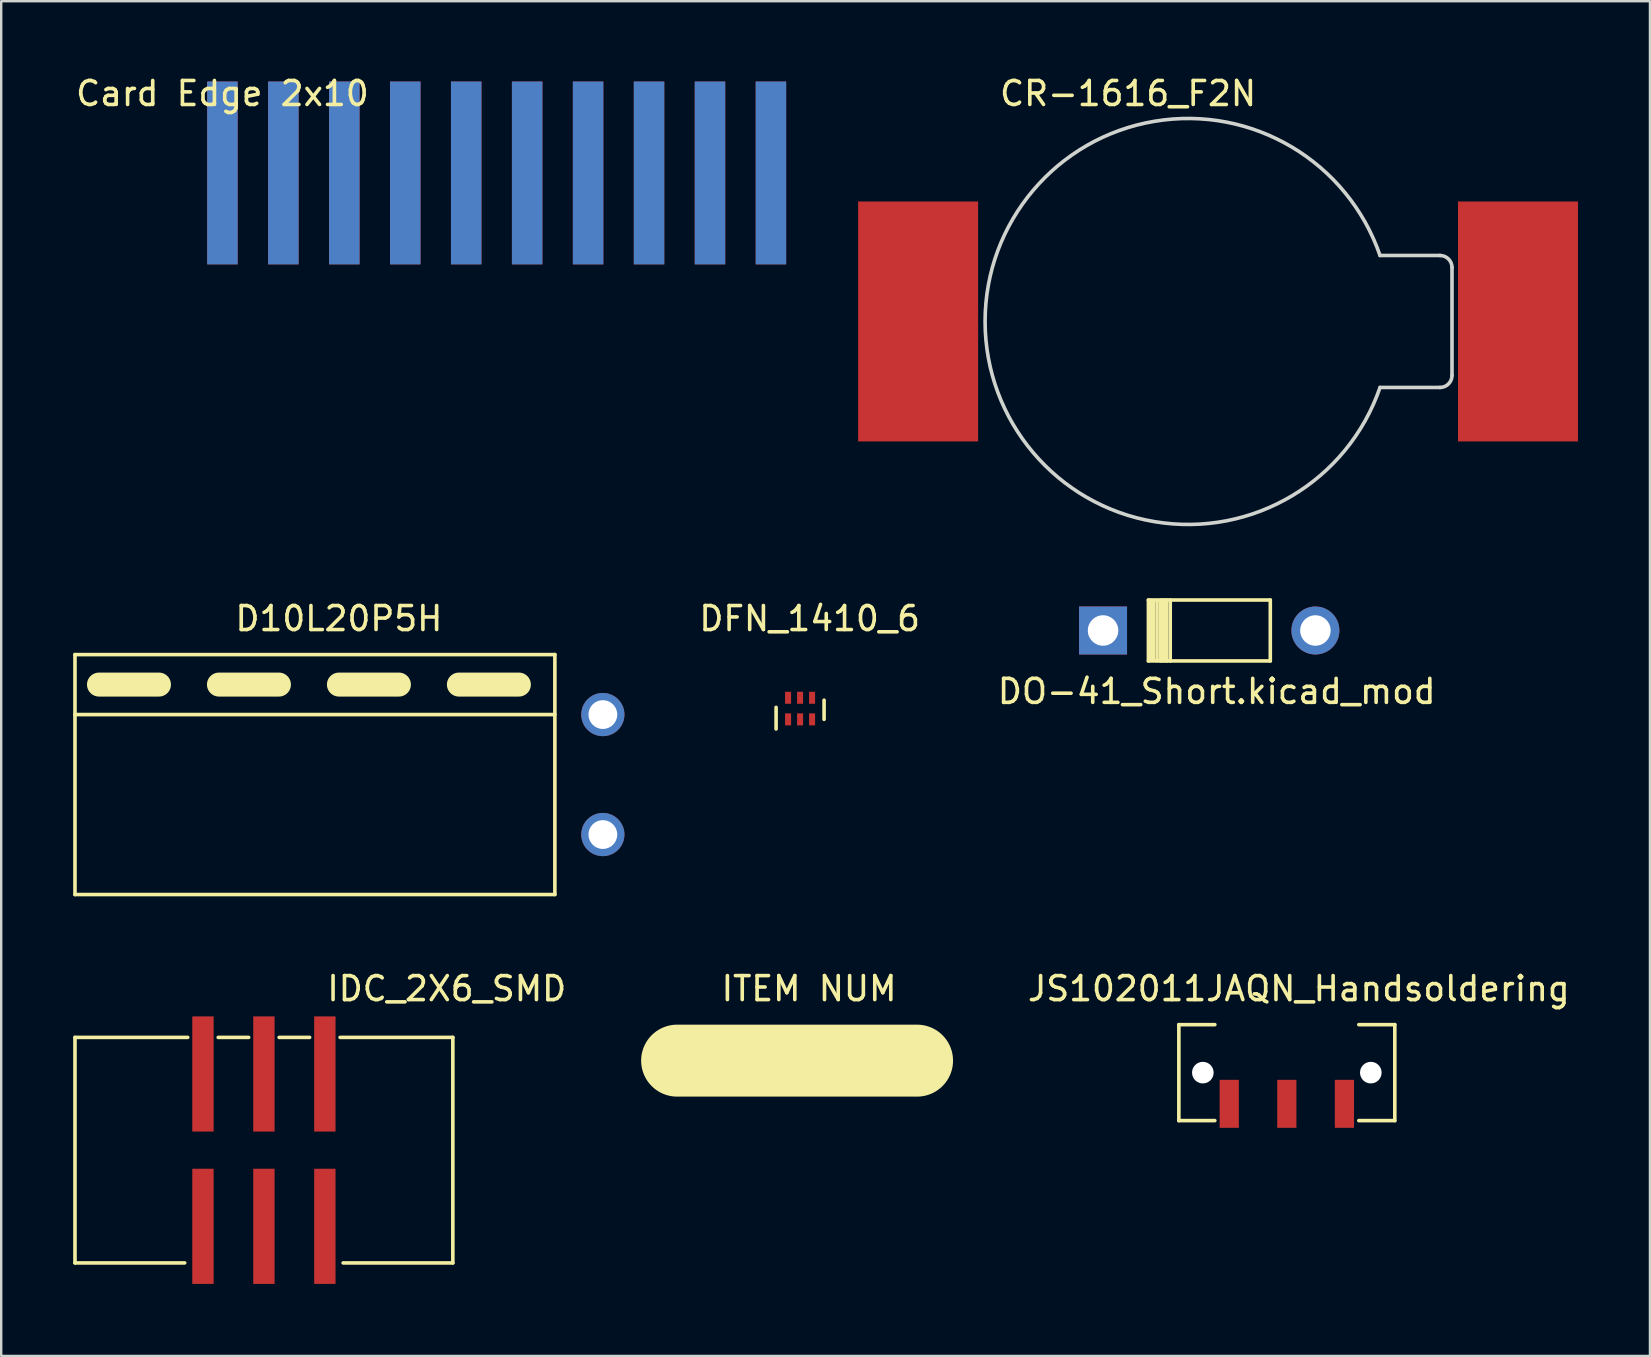
<source format=kicad_pcb>
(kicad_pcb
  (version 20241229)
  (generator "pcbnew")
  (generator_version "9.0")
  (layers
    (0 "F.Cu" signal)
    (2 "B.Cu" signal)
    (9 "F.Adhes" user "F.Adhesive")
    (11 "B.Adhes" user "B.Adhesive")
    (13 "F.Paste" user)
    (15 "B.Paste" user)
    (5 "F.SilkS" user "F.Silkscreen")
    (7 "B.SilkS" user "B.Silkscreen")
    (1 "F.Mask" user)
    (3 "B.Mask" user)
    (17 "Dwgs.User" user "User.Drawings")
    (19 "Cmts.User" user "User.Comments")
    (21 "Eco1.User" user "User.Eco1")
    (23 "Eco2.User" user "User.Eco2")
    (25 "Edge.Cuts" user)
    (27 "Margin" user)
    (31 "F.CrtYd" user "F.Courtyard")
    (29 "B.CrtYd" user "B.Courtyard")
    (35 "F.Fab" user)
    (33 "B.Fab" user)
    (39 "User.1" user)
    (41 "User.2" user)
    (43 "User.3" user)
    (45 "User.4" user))
  (footprint "JS102011JAQN_Handsoldering"
    (layer "F.Cu")
    (at 51.081 37.654)
    (property "Reference" "JS102011JAQN_Handsoldering" (at 0 0.5 0) (layer "F.SilkS") (effects (font (size 1 1) (thickness 0.15))))
    (attr through_hole)
    (fp_line (start -5 2) (end -5 6) (stroke (width 0.15) (type solid)) (layer "F.SilkS"))
    (fp_line (start -3.5 2) (end -5 2) (stroke (width 0.15) (type solid)) (layer "F.SilkS"))
    (fp_line (start -3.5 6) (end -5 6) (stroke (width 0.15) (type solid)) (layer "F.SilkS"))
    (fp_line (start 4 2) (end 2.5 2) (stroke (width 0.15) (type solid)) (layer "F.SilkS"))
    (fp_line (start 4 2) (end 4 6) (stroke (width 0.15) (type solid)) (layer "F.SilkS"))
    (fp_line (start 4 6) (end 2.5 6) (stroke (width 0.15) (type solid)) (layer "F.SilkS"))
    (pad "" np_thru_hole circle (at -4 4) (size 0.9 0.9) (drill 0.9) (layers "*.Cu" "*.Mask"))
    (pad "" np_thru_hole circle (at 3 4) (size 0.9 0.9) (drill 0.9) (layers "*.Cu" "*.Mask"))
    (pad "1" smd rect (at -2.9 5.3) (size 0.8 2) (layers "F.Cu" "F.Mask" "F.Paste"))
    (pad "2" smd rect (at -0.5 5.3) (size 0.8 2) (layers "F.Cu" "F.Mask" "F.Paste"))
    (pad "3" smd rect (at 1.9 5.3) (size 0.8 2) (layers "F.Cu" "F.Mask" "F.Paste")))
  (footprint "DFN_1410_6"
    (layer "F.Cu")
    (at 30.295 25.631)
    (property "Reference" "DFN_1410_6" (at 0.4 -2.9 0) (layer "F.SilkS") (effects (font (size 1 1) (thickness 0.15))))
    (attr through_hole)
    (fp_line (start -1 1.7) (end -1 0.8) (stroke (width 0.15) (type solid)) (layer "F.SilkS"))
    (fp_line (start 1 1.3) (end 1 0.5) (stroke (width 0.15) (type solid)) (layer "F.SilkS"))
    (pad "1" smd rect (at -0.5 1.3) (size 0.25 0.5) (layers "F.Cu" "F.Mask" "F.Paste"))
    (pad "2" smd rect (at 0 1.3) (size 0.25 0.5) (layers "F.Cu" "F.Mask" "F.Paste"))
    (pad "3" smd rect (at 0.5 1.3) (size 0.25 0.5) (layers "F.Cu" "F.Mask" "F.Paste"))
    (pad "4" smd rect (at 0.5 0.4) (size 0.25 0.5) (layers "F.Cu" "F.Mask" "F.Paste"))
    (pad "5" smd rect (at 0 0.4) (size 0.25 0.5) (layers "F.Cu" "F.Mask" "F.Paste"))
    (pad "6" smd rect (at -0.5 0.4) (size 0.25 0.5) (layers "F.Cu" "F.Mask" "F.Paste")))
  (footprint "ITEM NUM"
    (layer "F.Cu")
    (at 30.67 37.654)
    (property "Reference" "ITEM NUM" (at 0 0.5 0) (layer "F.SilkS") (effects (font (size 1 1) (thickness 0.15))))
    (attr through_hole)
    (fp_line (start -5.5 3.5) (end 4.5 3.5) (stroke (width 3) (type solid)) (layer "F.SilkS")))
  (footprint "DO-41_Short.kicad_mod"
    (layer "F.Cu")
    (at 42.272 23.23)
    (property "Reference" "DO-41_Short.kicad_mod" (at 5.387 2.537 0) (layer "F.SilkS") (effects (font (size 1 1) (thickness 0.15))))
    (attr through_hole)
    (fp_line (start 2.54 -1.273) (end 7.62 -1.273) (stroke (width 0.15) (type solid)) (layer "F.SilkS"))
    (fp_line (start 2.54 1.267) (end 2.54 -1.273) (stroke (width 0.15) (type solid)) (layer "F.SilkS"))
    (fp_line (start 2.65 -1.25) (end 2.65 1.2) (stroke (width 0.15) (type solid)) (layer "F.SilkS"))
    (fp_line (start 2.75 -1.25) (end 2.75 1.2) (stroke (width 0.15) (type solid)) (layer "F.SilkS"))
    (fp_line (start 2.9 -1.25) (end 2.9 1.25) (stroke (width 0.15) (type solid)) (layer "F.SilkS"))
    (fp_line (start 3.048 -1.273) (end 3.048 1.267) (stroke (width 0.15) (type solid)) (layer "F.SilkS"))
    (fp_line (start 3.175 -1.273) (end 3.175 1.267) (stroke (width 0.15) (type solid)) (layer "F.SilkS"))
    (fp_line (start 3.302 -1.273) (end 3.302 1.267) (stroke (width 0.15) (type solid)) (layer "F.SilkS"))
    (fp_line (start 3.45 -1.273) (end 3.45 1.267) (stroke (width 0.15) (type solid)) (layer "F.SilkS"))
    (fp_line (start 7.62 -1.273) (end 7.62 1.267) (stroke (width 0.15) (type solid)) (layer "F.SilkS"))
    (fp_line (start 7.62 1.267) (end 2.54 1.267) (stroke (width 0.15) (type solid)) (layer "F.SilkS"))
    (pad "1" thru_hole rect (at 0.65 -0.003 180) (size 1.999 1.999) (drill 1.27) (layers "*.Cu" "*.Mask"))
    (pad "2" thru_hole circle (at 9.5 -0.003 180) (size 1.999 1.999) (drill 1.27) (layers "*.Cu" "*.Mask")))
  (footprint "CR-1616_F2N"
    (layer "F.Cu")
    (at 43.965 0.348)
    (property "Reference" "CR-1616_F2N" (at 0 0.5 0) (layer "F.SilkS") (effects (font (size 1 1) (thickness 0.15))))
    (attr through_hole)
    (fp_line (start 13 7.25) (end 10.5 7.25) (stroke (width 0.15) (type solid)) (layer "Edge.Cuts"))
    (fp_line (start 13 12.75) (end 10.5 12.75) (stroke (width 0.15) (type solid)) (layer "Edge.Cuts"))
    (fp_line (start 13.5 12.25) (end 13.5 7.75) (stroke (width 0.15) (type solid)) (layer "Edge.Cuts"))
    (fp_arc (start 10.5 12.75) (mid -5.959462 10) (end 10.5 7.25) (stroke (width 0.15) (type solid)) (layer "Edge.Cuts"))
    (fp_arc (start 13 7.25) (mid 13.353553 7.396447) (end 13.5 7.75) (stroke (width 0.15) (type solid)) (layer "Edge.Cuts"))
    (fp_arc (start 13.5 12.25) (mid 13.353553 12.603553) (end 13 12.75) (stroke (width 0.15) (type solid)) (layer "Edge.Cuts"))
    (pad "1" smd rect (at -8.75 10) (size 5 10) (layers "F.Cu"))
    (pad "1" smd rect (at -8.25 10) (size 3.5 5) (layers "F.Cu" "F.Mask"))
    (pad "2" smd rect (at 15.5 10) (size 3 3) (layers "F.Cu" "F.Mask"))
    (pad "2" smd rect (at 16.25 10) (size 5 10) (layers "F.Cu")))
  (footprint "D10L20P5H"
    (layer "F.Cu")
    (at 11.075 22.231)
    (property "Reference" "D10L20P5H" (at 0 0.5 0) (layer "F.SilkS") (effects (font (size 1 1) (thickness 0.15))))
    (attr through_hole)
    (fp_line (start -11 2) (end 9 2) (stroke (width 0.15) (type solid)) (layer "F.SilkS"))
    (fp_line (start -11 12) (end -11 2) (stroke (width 0.15) (type solid)) (layer "F.SilkS"))
    (fp_line (start -11 12) (end 9 12) (stroke (width 0.15) (type solid)) (layer "F.SilkS"))
    (fp_line (start -10 3.25) (end -7.5 3.25) (stroke (width 1) (type solid)) (layer "F.SilkS"))
    (fp_line (start -5 3.25) (end -2.5 3.25) (stroke (width 1) (type solid)) (layer "F.SilkS"))
    (fp_line (start 0 3.25) (end 2.5 3.25) (stroke (width 1) (type solid)) (layer "F.SilkS"))
    (fp_line (start 5 3.25) (end 7.5 3.25) (stroke (width 1) (type solid)) (layer "F.SilkS"))
    (fp_line (start 9 2) (end 9 12) (stroke (width 0.15) (type solid)) (layer "F.SilkS"))
    (fp_line (start 9 4.5) (end -11 4.5) (stroke (width 0.15) (type solid)) (layer "F.SilkS"))
    (pad "1" thru_hole circle (at 11 9.5) (size 1.8 1.8) (drill 1.2) (layers "*.Cu" "*.Mask"))
    (pad "2" thru_hole circle (at 11 4.5) (size 1.8 1.8) (drill 1.2) (layers "*.Cu" "*.Mask")))
  (footprint "IDC_2X6_SMD"
    (layer "F.Cu")
    (at 7.949 44.25)
    (property "Reference" "IDC_2X6_SMD" (at 7.62 -6.096 0) (layer "F.SilkS") (effects (font (size 1 1) (thickness 0.15))))
    (attr through_hole)
    (fp_line (start -7.874 -4.064) (end -3.175 -4.064) (stroke (width 0.15) (type solid)) (layer "F.SilkS"))
    (fp_line (start -7.874 5.334) (end -7.874 -4.064) (stroke (width 0.15) (type solid)) (layer "F.SilkS"))
    (fp_line (start -7.874 5.334) (end -3.302 5.334) (stroke (width 0.15) (type solid)) (layer "F.SilkS"))
    (fp_line (start -1.905 -4.064) (end -0.635 -4.064) (stroke (width 0.15) (type solid)) (layer "F.SilkS"))
    (fp_line (start 0.635 -4.064) (end 1.905 -4.064) (stroke (width 0.15) (type solid)) (layer "F.SilkS"))
    (fp_line (start 3.175 -4.064) (end 7.874 -4.064) (stroke (width 0.15) (type solid)) (layer "F.SilkS"))
    (fp_line (start 3.302 5.334) (end 7.874 5.334) (stroke (width 0.15) (type solid)) (layer "F.SilkS"))
    (fp_line (start 7.874 5.334) (end 7.874 -4.064) (stroke (width 0.15) (type solid)) (layer "F.SilkS"))
    (pad "1" smd rect (at -2.54 3.81 90) (size 4.8 0.89) (layers "F.Cu" "F.Mask" "F.Paste"))
    (pad "2" smd rect (at -2.54 -2.54 90) (size 4.8 0.89) (layers "F.Cu" "F.Mask" "F.Paste"))
    (pad "3" smd rect (at 0 3.81 90) (size 4.8 0.89) (layers "F.Cu" "F.Mask" "F.Paste"))
    (pad "4" smd rect (at 0 -2.54 90) (size 4.8 0.89) (layers "F.Cu" "F.Mask" "F.Paste"))
    (pad "5" smd rect (at 2.54 3.81 90) (size 4.8 0.89) (layers "F.Cu" "F.Mask" "F.Paste"))
    (pad "6" smd rect (at 2.54 -2.54 90) (size 4.8 0.89) (layers "F.Cu" "F.Mask" "F.Paste")))
  (footprint "Card Edge 2x10"
    (layer "F.Cu")
    (at 6.22 0.348)
    (property "Reference" "Card Edge 2x10" (at 0 0.5 0) (layer "F.SilkS") (effects (font (size 1 1) (thickness 0.15))))
    (attr through_hole)
    (pad "1" connect rect (at 0 3.81) (size 1.27 7.62) (layers "F.Cu" "F.Mask"))
    (pad "2" connect rect (at 2.54 3.81) (size 1.27 7.62) (layers "F.Cu" "F.Mask"))
    (pad "3" connect rect (at 5.08 3.81) (size 1.27 7.62) (layers "F.Cu" "F.Mask"))
    (pad "4" connect rect (at 7.62 3.81) (size 1.27 7.62) (layers "F.Cu" "F.Mask"))
    (pad "5" connect rect (at 10.16 3.81) (size 1.27 7.62) (layers "F.Cu" "F.Mask"))
    (pad "6" connect rect (at 12.7 3.81) (size 1.27 7.62) (layers "F.Cu" "F.Mask"))
    (pad "7" connect rect (at 15.24 3.81) (size 1.27 7.62) (layers "F.Cu" "F.Mask"))
    (pad "8" connect rect (at 17.78 3.81) (size 1.27 7.62) (layers "F.Cu" "F.Mask"))
    (pad "9" connect rect (at 20.32 3.81) (size 1.27 7.62) (layers "F.Cu" "F.Mask"))
    (pad "10" connect rect (at 22.86 3.81) (size 1.27 7.62) (layers "F.Cu" "F.Mask"))
    (pad "11" connect rect (at 0 3.81) (size 1.27 7.62) (layers "B.Cu" "B.Mask"))
    (pad "12" connect rect (at 2.54 3.81) (size 1.27 7.62) (layers "B.Cu" "B.Mask"))
    (pad "13" connect rect (at 5.08 3.81) (size 1.27 7.62) (layers "B.Cu" "B.Mask"))
    (pad "14" connect rect (at 7.62 3.81) (size 1.27 7.62) (layers "B.Cu" "B.Mask"))
    (pad "15" connect rect (at 10.16 3.81) (size 1.27 7.62) (layers "B.Cu" "B.Mask"))
    (pad "16" connect rect (at 12.7 3.81) (size 1.27 7.62) (layers "B.Cu" "B.Mask"))
    (pad "17" connect rect (at 15.24 3.81) (size 1.27 7.62) (layers "B.Cu" "B.Mask"))
    (pad "18" connect rect (at 17.78 3.81) (size 1.27 7.62) (layers "B.Cu" "B.Mask"))
    (pad "19" connect rect (at 20.32 3.81) (size 1.27 7.62) (layers "B.Cu" "B.Mask"))
    (pad "20" connect rect (at 22.86 3.81) (size 1.27 7.62) (layers "*.Mask" "B.Cu")))
  (gr_rect
    (start -3 -3)
    (end 65.715 53.46)
    (stroke (width 0.1) (type default))
    (fill no)
    (layer "Edge.Cuts")))
</source>
